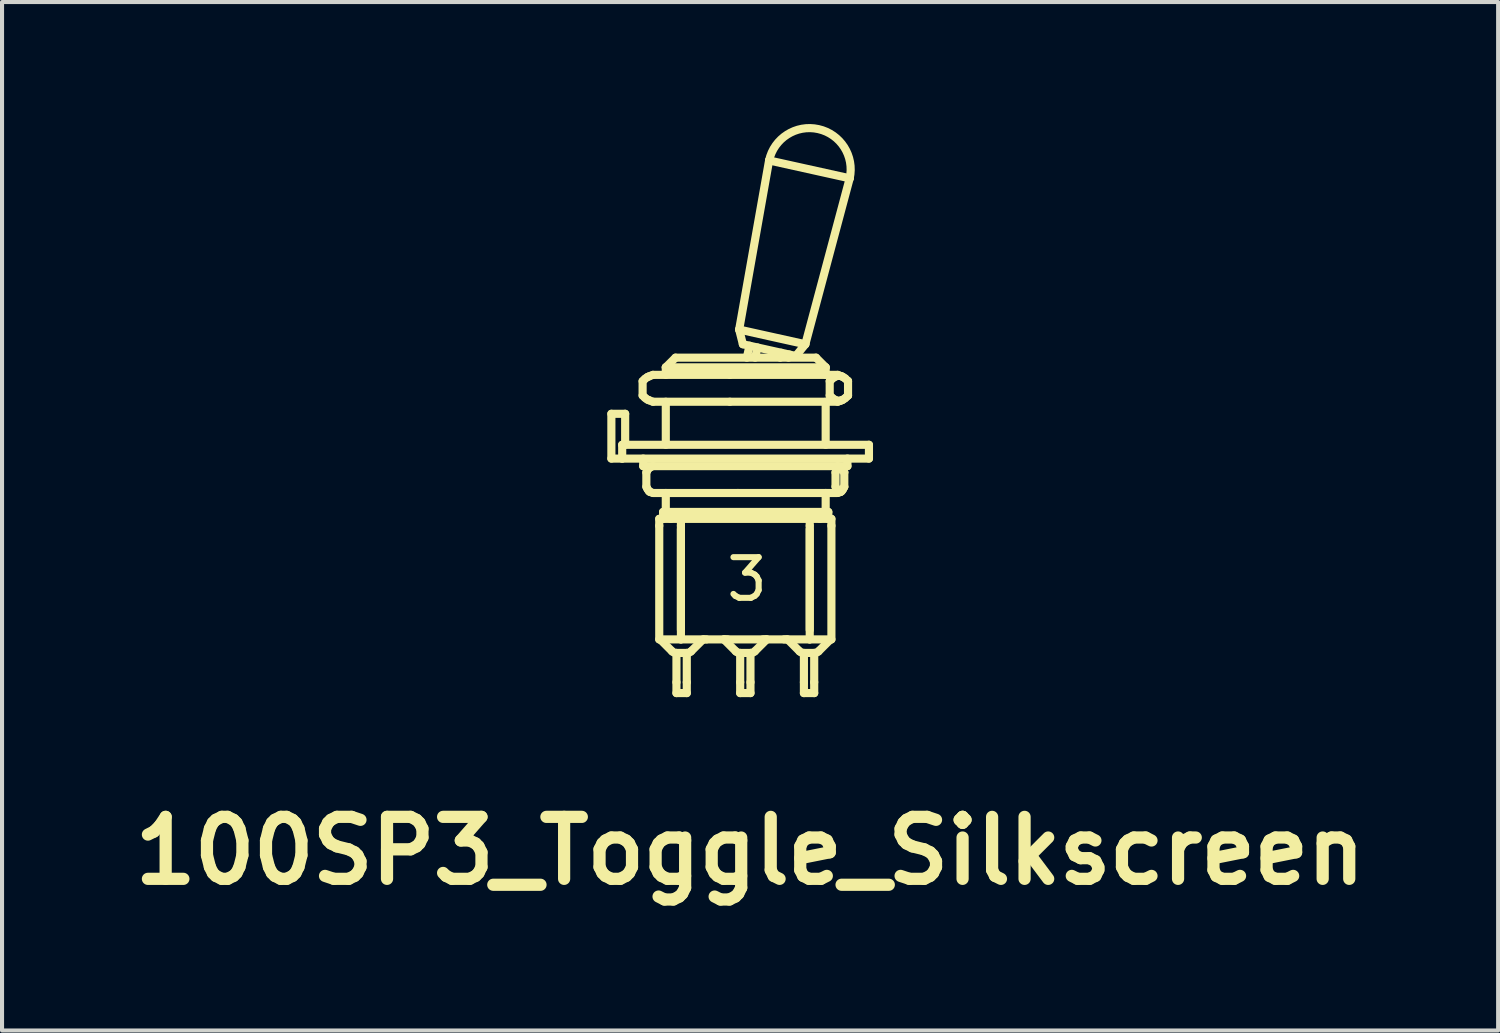
<source format=kicad_pcb>
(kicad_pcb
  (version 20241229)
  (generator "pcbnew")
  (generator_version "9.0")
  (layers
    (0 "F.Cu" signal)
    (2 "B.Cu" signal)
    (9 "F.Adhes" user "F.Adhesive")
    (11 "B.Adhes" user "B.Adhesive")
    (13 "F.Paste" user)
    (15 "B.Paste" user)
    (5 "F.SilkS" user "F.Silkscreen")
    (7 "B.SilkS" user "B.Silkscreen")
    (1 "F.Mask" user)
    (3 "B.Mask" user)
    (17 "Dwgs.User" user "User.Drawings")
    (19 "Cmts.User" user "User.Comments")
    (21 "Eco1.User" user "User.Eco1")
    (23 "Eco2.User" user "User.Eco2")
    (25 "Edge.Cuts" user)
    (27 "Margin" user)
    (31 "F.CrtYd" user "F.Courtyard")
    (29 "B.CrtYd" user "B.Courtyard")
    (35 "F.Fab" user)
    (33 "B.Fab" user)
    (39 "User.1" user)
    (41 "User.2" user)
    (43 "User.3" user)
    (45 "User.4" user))
  (footprint "100SP3_Toggle_Silkscreen"
    (layer "F.Cu")
    (at 15.792 8.394)
    (property "Reference" "100SP3_Toggle_Silkscreen" (at -0.4 9.475 0) (layer "F.SilkS") (effects (font (size 1.524 1.524) (thickness 0.3))))
    (attr through_hole)
    (fp_line (start -3.81 -1.27) (end -3.81 -0.169) (stroke (width 0.2) (type solid)) (layer "F.SilkS"))
    (fp_line (start -3.81 -1.27) (end -3.471 -1.27) (stroke (width 0.2) (type solid)) (layer "F.SilkS"))
    (fp_line (start -3.81 -0.169) (end -3.544 -0.169) (stroke (width 0.2) (type solid)) (layer "F.SilkS"))
    (fp_line (start -3.544 -0.508) (end -3.544 -0.169) (stroke (width 0.2) (type solid)) (layer "F.SilkS"))
    (fp_line (start -3.544 -0.508) (end 2.523 -0.508) (stroke (width 0.2) (type solid)) (layer "F.SilkS"))
    (fp_line (start -3.544 -0.169) (end 2.523 -0.169) (stroke (width 0.2) (type solid)) (layer "F.SilkS"))
    (fp_line (start -3.471 -1.27) (end -3.471 -0.508) (stroke (width 0.2) (type solid)) (layer "F.SilkS"))
    (fp_line (start -3.042 -2.073) (end -3.042 -1.72) (stroke (width 0.2) (type solid)) (layer "F.SilkS"))
    (fp_line (start -3.027 -0.169) (end -3.027 0.017) (stroke (width 0.2) (type solid)) (layer "F.SilkS"))
    (fp_line (start -3.027 0.017) (end 1.994 0.017) (stroke (width 0.2) (type solid)) (layer "F.SilkS"))
    (fp_line (start -2.95 0.171) (end -2.95 0.523) (stroke (width 0.2) (type solid)) (layer "F.SilkS"))
    (fp_line (start -2.882 -1.601) (end -2.787 -1.566) (stroke (width 0.2) (type solid)) (layer "F.SilkS"))
    (fp_line (start -2.857 0.652) (end -2.787 0.677) (stroke (width 0.2) (type solid)) (layer "F.SilkS"))
    (fp_line (start -2.787 -2.227) (end -2.882 -2.192) (stroke (width 0.2) (type solid)) (layer "F.SilkS"))
    (fp_line (start -2.787 0.017) (end -2.857 0.042) (stroke (width 0.2) (type solid)) (layer "F.SilkS"))
    (fp_line (start -2.633 1.483) (end -2.633 1.313) (stroke (width 0.2) (type solid)) (layer "F.SilkS"))
    (fp_line (start -2.633 4.277) (end -2.633 1.483) (stroke (width 0.2) (type solid)) (layer "F.SilkS"))
    (fp_line (start -2.633 4.277) (end -2.1 4.277) (stroke (width 0.2) (type solid)) (layer "F.SilkS"))
    (fp_line (start -2.538 1.143) (end 1.524 1.143) (stroke (width 0.2) (type solid)) (layer "F.SilkS"))
    (fp_line (start -2.538 1.313) (end -2.538 1.143) (stroke (width 0.2) (type solid)) (layer "F.SilkS"))
    (fp_line (start -2.472 -2.413) (end -2.472 -2.227) (stroke (width 0.2) (type solid)) (layer "F.SilkS"))
    (fp_line (start -2.472 -2.413) (end -2.233 -2.65) (stroke (width 0.2) (type solid)) (layer "F.SilkS"))
    (fp_line (start -2.472 -1.566) (end -2.472 -0.508) (stroke (width 0.2) (type solid)) (layer "F.SilkS"))
    (fp_line (start -2.472 0.677) (end -2.472 1.143) (stroke (width 0.2) (type solid)) (layer "F.SilkS"))
    (fp_line (start -2.352 1.313) (end -2.633 1.313) (stroke (width 0.2) (type solid)) (layer "F.SilkS"))
    (fp_line (start -2.352 1.313) (end 1.319 1.313) (stroke (width 0.2) (type solid)) (layer "F.SilkS"))
    (fp_line (start -2.316 4.571) (end -2.61 4.277) (stroke (width 0.2) (type solid)) (layer "F.SilkS"))
    (fp_line (start -2.221 4.61) (end -1.945 4.61) (stroke (width 0.2) (type solid)) (layer "F.SilkS"))
    (fp_line (start -2.21 5.33) (end -2.21 4.61) (stroke (width 0.2) (type solid)) (layer "F.SilkS"))
    (fp_line (start -2.21 5.597) (end -2.21 5.33) (stroke (width 0.2) (type solid)) (layer "F.SilkS"))
    (fp_line (start -2.21 5.597) (end -1.956 5.597) (stroke (width 0.2) (type solid)) (layer "F.SilkS"))
    (fp_line (start -2.1 1.313) (end -2.1 1.483) (stroke (width 0.2) (type solid)) (layer "F.SilkS"))
    (fp_line (start -2.1 1.483) (end -2.1 4.277) (stroke (width 0.2) (type solid)) (layer "F.SilkS"))
    (fp_line (start -2.1 4.043) (end -2.1 1.567) (stroke (width 0.2) (type solid)) (layer "F.SilkS"))
    (fp_line (start -2.1 4.277) (end -1.533 4.277) (stroke (width 0.2) (type solid)) (layer "F.SilkS"))
    (fp_line (start -1.956 4.61) (end -1.956 5.33) (stroke (width 0.2) (type solid)) (layer "F.SilkS"))
    (fp_line (start -1.956 5.33) (end -1.956 5.597) (stroke (width 0.2) (type solid)) (layer "F.SilkS"))
    (fp_line (start -1.556 4.277) (end -1.851 4.571) (stroke (width 0.2) (type solid)) (layer "F.SilkS"))
    (fp_line (start -1.533 4.277) (end -1.471 4.277) (stroke (width 0.2) (type solid)) (layer "F.SilkS"))
    (fp_line (start -1.471 4.277) (end -1.043 4.277) (stroke (width 0.2) (type solid)) (layer "F.SilkS"))
    (fp_line (start -1.001 4.277) (end -1.043 4.277) (stroke (width 0.2) (type solid)) (layer "F.SilkS"))
    (fp_line (start -1.001 4.277) (end -0.95 4.277) (stroke (width 0.2) (type solid)) (layer "F.SilkS"))
    (fp_line (start -0.95 4.277) (end -0.083 4.277) (stroke (width 0.2) (type solid)) (layer "F.SilkS"))
    (fp_line (start -0.897 -2.227) (end -2.787 -2.227) (stroke (width 0.2) (type solid)) (layer "F.SilkS"))
    (fp_line (start -0.897 -1.566) (end -2.787 -1.566) (stroke (width 0.2) (type solid)) (layer "F.SilkS"))
    (fp_line (start -0.749 4.571) (end -1.043 4.277) (stroke (width 0.2) (type solid)) (layer "F.SilkS"))
    (fp_line (start -0.699 0.677) (end -2.787 0.677) (stroke (width 0.2) (type solid)) (layer "F.SilkS"))
    (fp_line (start -0.668 -3.341) (end -0.577 -2.98) (stroke (width 0.2) (type solid)) (layer "F.SilkS"))
    (fp_line (start -0.668 -3.341) (end 0.959 -2.98) (stroke (width 0.2) (type solid)) (layer "F.SilkS"))
    (fp_line (start -0.655 4.61) (end -0.378 4.61) (stroke (width 0.2) (type solid)) (layer "F.SilkS"))
    (fp_line (start -0.643 5.33) (end -0.643 4.61) (stroke (width 0.2) (type solid)) (layer "F.SilkS"))
    (fp_line (start -0.643 5.597) (end -0.643 5.33) (stroke (width 0.2) (type solid)) (layer "F.SilkS"))
    (fp_line (start -0.643 5.597) (end -0.39 5.597) (stroke (width 0.2) (type solid)) (layer "F.SilkS"))
    (fp_line (start -0.577 -2.98) (end 0.725 -2.691) (stroke (width 0.2) (type solid)) (layer "F.SilkS"))
    (fp_line (start -0.414 -2.944) (end -0.48 -2.65) (stroke (width 0.2) (type solid)) (layer "F.SilkS"))
    (fp_line (start -0.39 4.61) (end -0.39 5.33) (stroke (width 0.2) (type solid)) (layer "F.SilkS"))
    (fp_line (start -0.39 5.33) (end -0.39 5.597) (stroke (width 0.2) (type solid)) (layer "F.SilkS"))
    (fp_line (start -0.219 -2.9) (end -0.275 -2.65) (stroke (width 0.2) (type solid)) (layer "F.SilkS"))
    (fp_line (start -0.032 4.277) (end -0.083 4.277) (stroke (width 0.2) (type solid)) (layer "F.SilkS"))
    (fp_line (start 0.01 4.277) (end -0.284 4.571) (stroke (width 0.2) (type solid)) (layer "F.SilkS"))
    (fp_line (start 0.01 4.277) (end -0.032 4.277) (stroke (width 0.2) (type solid)) (layer "F.SilkS"))
    (fp_line (start 0.01 4.277) (end 0.438 4.277) (stroke (width 0.2) (type solid)) (layer "F.SilkS"))
    (fp_line (start 0.068 -7.499) (end -0.668 -3.341) (stroke (width 0.2) (type solid)) (layer "F.SilkS"))
    (fp_line (start 0.34 -2.65) (end 0.367 -2.771) (stroke (width 0.2) (type solid)) (layer "F.SilkS"))
    (fp_line (start 0.5 4.277) (end 0.438 4.277) (stroke (width 0.2) (type solid)) (layer "F.SilkS"))
    (fp_line (start 0.5 4.277) (end 1.067 4.277) (stroke (width 0.2) (type solid)) (layer "F.SilkS"))
    (fp_line (start 0.545 -2.65) (end 0.562 -2.727) (stroke (width 0.2) (type solid)) (layer "F.SilkS"))
    (fp_line (start 0.725 -2.691) (end 0.959 -2.98) (stroke (width 0.2) (type solid)) (layer "F.SilkS"))
    (fp_line (start 0.818 4.571) (end 0.524 4.277) (stroke (width 0.2) (type solid)) (layer "F.SilkS"))
    (fp_line (start 0.912 4.61) (end 1.188 4.61) (stroke (width 0.2) (type solid)) (layer "F.SilkS"))
    (fp_line (start 0.924 5.33) (end 0.924 4.61) (stroke (width 0.2) (type solid)) (layer "F.SilkS"))
    (fp_line (start 0.924 5.597) (end 0.924 5.33) (stroke (width 0.2) (type solid)) (layer "F.SilkS"))
    (fp_line (start 0.924 5.597) (end 1.177 5.597) (stroke (width 0.2) (type solid)) (layer "F.SilkS"))
    (fp_line (start 0.959 -2.98) (end 2.05 -7.06) (stroke (width 0.2) (type solid)) (layer "F.SilkS"))
    (fp_line (start 1.067 1.483) (end 1.067 1.313) (stroke (width 0.2) (type solid)) (layer "F.SilkS"))
    (fp_line (start 1.067 4.043) (end 1.067 1.567) (stroke (width 0.2) (type solid)) (layer "F.SilkS"))
    (fp_line (start 1.067 4.277) (end 1.067 1.483) (stroke (width 0.2) (type solid)) (layer "F.SilkS"))
    (fp_line (start 1.067 4.277) (end 1.6 4.277) (stroke (width 0.2) (type solid)) (layer "F.SilkS"))
    (fp_line (start 1.177 4.61) (end 1.177 5.33) (stroke (width 0.2) (type solid)) (layer "F.SilkS"))
    (fp_line (start 1.177 5.33) (end 1.177 5.597) (stroke (width 0.2) (type solid)) (layer "F.SilkS"))
    (fp_line (start 1.222 -2.65) (end -2.233 -2.65) (stroke (width 0.2) (type solid)) (layer "F.SilkS"))
    (fp_line (start 1.459 -2.413) (end -2.472 -2.413) (stroke (width 0.2) (type solid)) (layer "F.SilkS"))
    (fp_line (start 1.459 -2.413) (end 1.222 -2.65) (stroke (width 0.2) (type solid)) (layer "F.SilkS"))
    (fp_line (start 1.459 -2.227) (end 1.459 -2.413) (stroke (width 0.2) (type solid)) (layer "F.SilkS"))
    (fp_line (start 1.459 -0.508) (end 1.459 -1.566) (stroke (width 0.2) (type solid)) (layer "F.SilkS"))
    (fp_line (start 1.459 1.143) (end 1.459 0.677) (stroke (width 0.2) (type solid)) (layer "F.SilkS"))
    (fp_line (start 1.524 1.313) (end 1.524 1.143) (stroke (width 0.2) (type solid)) (layer "F.SilkS"))
    (fp_line (start 1.558 -2.073) (end 1.558 -1.72) (stroke (width 0.2) (type solid)) (layer "F.SilkS"))
    (fp_line (start 1.577 4.277) (end 1.283 4.571) (stroke (width 0.2) (type solid)) (layer "F.SilkS"))
    (fp_line (start 1.6 1.313) (end 1.319 1.313) (stroke (width 0.2) (type solid)) (layer "F.SilkS"))
    (fp_line (start 1.6 1.483) (end 1.6 1.313) (stroke (width 0.2) (type solid)) (layer "F.SilkS"))
    (fp_line (start 1.6 4.277) (end 1.6 1.483) (stroke (width 0.2) (type solid)) (layer "F.SilkS"))
    (fp_line (start 1.701 0.171) (end 1.701 0.523) (stroke (width 0.2) (type solid)) (layer "F.SilkS"))
    (fp_line (start 1.754 -2.227) (end -0.897 -2.227) (stroke (width 0.2) (type solid)) (layer "F.SilkS"))
    (fp_line (start 1.754 -1.566) (end -0.897 -1.566) (stroke (width 0.2) (type solid)) (layer "F.SilkS"))
    (fp_line (start 1.754 -1.566) (end 1.85 -1.601) (stroke (width 0.2) (type solid)) (layer "F.SilkS"))
    (fp_line (start 1.754 0.677) (end -0.699 0.677) (stroke (width 0.2) (type solid)) (layer "F.SilkS"))
    (fp_line (start 1.754 0.677) (end 1.824 0.652) (stroke (width 0.2) (type solid)) (layer "F.SilkS"))
    (fp_line (start 1.824 0.042) (end 1.754 0.017) (stroke (width 0.2) (type solid)) (layer "F.SilkS"))
    (fp_line (start 1.85 -2.192) (end 1.754 -2.227) (stroke (width 0.2) (type solid)) (layer "F.SilkS"))
    (fp_line (start 1.917 0.171) (end 1.917 0.523) (stroke (width 0.2) (type solid)) (layer "F.SilkS"))
    (fp_line (start 1.994 0.017) (end 1.994 -0.169) (stroke (width 0.2) (type solid)) (layer "F.SilkS"))
    (fp_line (start 2.009 -2.073) (end 2.009 -1.72) (stroke (width 0.2) (type solid)) (layer "F.SilkS"))
    (fp_line (start 2.05 -7.06) (end 0.068 -7.499) (stroke (width 0.2) (type solid)) (layer "F.SilkS"))
    (fp_line (start 2.523 -0.169) (end 2.523 -0.508) (stroke (width 0.2) (type solid)) (layer "F.SilkS"))
    (fp_arc (start -2.221238 4.609933) (mid -2.272262 4.599784) (end -2.315519 4.570881) (stroke (width 0.2) (type solid)) (layer "F.SilkS"))
    (fp_arc (start -1.850748 4.570881) (mid -1.894004 4.599784) (end -1.945029 4.609934) (stroke (width 0.2) (type solid)) (layer "F.SilkS"))
    (fp_arc (start -0.654572 4.609933) (mid -0.705596 4.599784) (end -0.748853 4.570881) (stroke (width 0.2) (type solid)) (layer "F.SilkS"))
    (fp_arc (start -0.284081 4.570881) (mid -0.327337 4.599784) (end -0.378362 4.609934) (stroke (width 0.2) (type solid)) (layer "F.SilkS"))
    (fp_arc (start 0.067913 -7.498893) (mid 1.278539 -8.270147) (end 2.049793 -7.059521) (stroke (width 0.2) (type solid)) (layer "F.SilkS"))
    (fp_arc (start 0.912095 4.609933) (mid 0.861071 4.599784) (end 0.817814 4.570881) (stroke (width 0.2) (type solid)) (layer "F.SilkS"))
    (fp_arc (start 1.282586 4.570881) (mid 1.23933 4.599784) (end 1.188305 4.609934) (stroke (width 0.2) (type solid)) (layer "F.SilkS"))
    (fp_curve (pts (xy -3.042 -1.72) (xy -3.023 -1.701) (xy -3.004 -1.682) (xy -2.985 -1.665)) (stroke (width 0.2) (type solid)) (layer "F.SilkS"))
    (fp_curve (pts (xy -2.985 -2.128) (xy -3.004 -2.111) (xy -3.023 -2.092) (xy -3.042 -2.073)) (stroke (width 0.2) (type solid)) (layer "F.SilkS"))
    (fp_curve (pts (xy -2.985 -1.665) (xy -2.964 -1.646) (xy -2.942 -1.63) (xy -2.921 -1.619)) (stroke (width 0.2) (type solid)) (layer "F.SilkS"))
    (fp_curve (pts (xy -2.95 0.523) (xy -2.94 0.543) (xy -2.931 0.562) (xy -2.922 0.579)) (stroke (width 0.2) (type solid)) (layer "F.SilkS"))
    (fp_curve (pts (xy -2.922 0.115) (xy -2.931 0.132) (xy -2.94 0.151) (xy -2.95 0.171)) (stroke (width 0.2) (type solid)) (layer "F.SilkS"))
    (fp_curve (pts (xy -2.922 0.579) (xy -2.912 0.597) (xy -2.902 0.612) (xy -2.892 0.624)) (stroke (width 0.2) (type solid)) (layer "F.SilkS"))
    (fp_curve (pts (xy -2.921 -1.619) (xy -2.908 -1.613) (xy -2.895 -1.609) (xy -2.882 -1.604)) (stroke (width 0.2) (type solid)) (layer "F.SilkS"))
    (fp_curve (pts (xy -2.919 -2.175) (xy -2.941 -2.164) (xy -2.963 -2.148) (xy -2.985 -2.128)) (stroke (width 0.2) (type solid)) (layer "F.SilkS"))
    (fp_curve (pts (xy -2.892 0.624) (xy -2.882 0.637) (xy -2.871 0.648) (xy -2.861 0.65)) (stroke (width 0.2) (type solid)) (layer "F.SilkS"))
    (fp_curve (pts (xy -2.891 0.069) (xy -2.901 0.082) (xy -2.912 0.097) (xy -2.922 0.115)) (stroke (width 0.2) (type solid)) (layer "F.SilkS"))
    (fp_curve (pts (xy -2.882 -2.189) (xy -2.895 -2.185) (xy -2.907 -2.18) (xy -2.919 -2.175)) (stroke (width 0.2) (type solid)) (layer "F.SilkS"))
    (fp_curve (pts (xy -2.861 0.65) (xy -2.86 0.65) (xy -2.858 0.65) (xy -2.857 0.65)) (stroke (width 0.2) (type solid)) (layer "F.SilkS"))
    (fp_curve (pts (xy -2.859 0.044) (xy -2.87 0.045) (xy -2.88 0.056) (xy -2.891 0.069)) (stroke (width 0.2) (type solid)) (layer "F.SilkS"))
    (fp_curve (pts (xy -2.857 0.044) (xy -2.858 0.044) (xy -2.858 0.044) (xy -2.859 0.044)) (stroke (width 0.2) (type solid)) (layer "F.SilkS"))
    (fp_curve (pts (xy 1.558 -2.073) (xy 1.577 -2.092) (xy 1.596 -2.112) (xy 1.615 -2.128)) (stroke (width 0.2) (type solid)) (layer "F.SilkS"))
    (fp_curve (pts (xy 1.615 -2.128) (xy 1.636 -2.147) (xy 1.657 -2.162) (xy 1.678 -2.174)) (stroke (width 0.2) (type solid)) (layer "F.SilkS"))
    (fp_curve (pts (xy 1.615 -1.665) (xy 1.596 -1.681) (xy 1.577 -1.701) (xy 1.558 -1.72)) (stroke (width 0.2) (type solid)) (layer "F.SilkS"))
    (fp_curve (pts (xy 1.678 -2.174) (xy 1.7 -2.185) (xy 1.721 -2.194) (xy 1.742 -2.199)) (stroke (width 0.2) (type solid)) (layer "F.SilkS"))
    (fp_curve (pts (xy 1.68 -1.619) (xy 1.658 -1.63) (xy 1.636 -1.646) (xy 1.615 -1.665)) (stroke (width 0.2) (type solid)) (layer "F.SilkS"))
    (fp_curve (pts (xy 1.701 0.171) (xy 1.71 0.152) (xy 1.719 0.132) (xy 1.728 0.115)) (stroke (width 0.2) (type solid)) (layer "F.SilkS"))
    (fp_curve (pts (xy 1.728 0.115) (xy 1.738 0.097) (xy 1.748 0.082) (xy 1.758 0.07)) (stroke (width 0.2) (type solid)) (layer "F.SilkS"))
    (fp_curve (pts (xy 1.728 0.579) (xy 1.719 0.562) (xy 1.71 0.543) (xy 1.701 0.523)) (stroke (width 0.2) (type solid)) (layer "F.SilkS"))
    (fp_curve (pts (xy 1.742 -2.199) (xy 1.764 -2.204) (xy 1.785 -2.205) (xy 1.806 -2.203)) (stroke (width 0.2) (type solid)) (layer "F.SilkS"))
    (fp_curve (pts (xy 1.746 -1.593) (xy 1.724 -1.598) (xy 1.702 -1.607) (xy 1.68 -1.619)) (stroke (width 0.2) (type solid)) (layer "F.SilkS"))
    (fp_curve (pts (xy 1.758 0.07) (xy 1.769 0.058) (xy 1.779 0.05) (xy 1.789 0.045)) (stroke (width 0.2) (type solid)) (layer "F.SilkS"))
    (fp_curve (pts (xy 1.759 0.625) (xy 1.749 0.613) (xy 1.738 0.598) (xy 1.728 0.579)) (stroke (width 0.2) (type solid)) (layer "F.SilkS"))
    (fp_curve (pts (xy 1.789 0.045) (xy 1.799 0.04) (xy 1.809 0.038) (xy 1.82 0.041)) (stroke (width 0.2) (type solid)) (layer "F.SilkS"))
    (fp_curve (pts (xy 1.791 0.65) (xy 1.78 0.646) (xy 1.77 0.637) (xy 1.759 0.625)) (stroke (width 0.2) (type solid)) (layer "F.SilkS"))
    (fp_curve (pts (xy 1.806 -2.203) (xy 1.828 -2.2) (xy 1.85 -2.193) (xy 1.872 -2.182)) (stroke (width 0.2) (type solid)) (layer "F.SilkS"))
    (fp_curve (pts (xy 1.812 -1.591) (xy 1.79 -1.588) (xy 1.768 -1.589) (xy 1.746 -1.593)) (stroke (width 0.2) (type solid)) (layer "F.SilkS"))
    (fp_curve (pts (xy 1.82 0.041) (xy 1.83 0.044) (xy 1.841 0.051) (xy 1.851 0.062)) (stroke (width 0.2) (type solid)) (layer "F.SilkS"))
    (fp_curve (pts (xy 1.822 0.652) (xy 1.812 0.656) (xy 1.801 0.655) (xy 1.791 0.65)) (stroke (width 0.2) (type solid)) (layer "F.SilkS"))
    (fp_curve (pts (xy 1.851 0.062) (xy 1.862 0.072) (xy 1.872 0.087) (xy 1.883 0.104)) (stroke (width 0.2) (type solid)) (layer "F.SilkS"))
    (fp_curve (pts (xy 1.853 0.631) (xy 1.843 0.642) (xy 1.832 0.649) (xy 1.822 0.652)) (stroke (width 0.2) (type solid)) (layer "F.SilkS"))
    (fp_curve (pts (xy 1.872 -2.182) (xy 1.894 -2.171) (xy 1.916 -2.157) (xy 1.938 -2.14)) (stroke (width 0.2) (type solid)) (layer "F.SilkS"))
    (fp_curve (pts (xy 1.876 -1.613) (xy 1.854 -1.602) (xy 1.833 -1.595) (xy 1.812 -1.591)) (stroke (width 0.2) (type solid)) (layer "F.SilkS"))
    (fp_curve (pts (xy 1.883 0.104) (xy 1.893 0.121) (xy 1.903 0.142) (xy 1.914 0.165)) (stroke (width 0.2) (type solid)) (layer "F.SilkS"))
    (fp_curve (pts (xy 1.883 0.589) (xy 1.873 0.606) (xy 1.863 0.62) (xy 1.853 0.631)) (stroke (width 0.2) (type solid)) (layer "F.SilkS"))
    (fp_curve (pts (xy 1.914 0.165) (xy 1.915 0.167) (xy 1.916 0.169) (xy 1.917 0.171)) (stroke (width 0.2) (type solid)) (layer "F.SilkS"))
    (fp_curve (pts (xy 1.914 0.53) (xy 1.904 0.552) (xy 1.894 0.572) (xy 1.883 0.589)) (stroke (width 0.2) (type solid)) (layer "F.SilkS"))
    (fp_curve (pts (xy 1.917 0.523) (xy 1.916 0.525) (xy 1.915 0.527) (xy 1.914 0.53)) (stroke (width 0.2) (type solid)) (layer "F.SilkS"))
    (fp_curve (pts (xy 1.938 -2.14) (xy 1.959 -2.122) (xy 1.981 -2.102) (xy 2.003 -2.079)) (stroke (width 0.2) (type solid)) (layer "F.SilkS"))
    (fp_curve (pts (xy 1.939 -1.655) (xy 1.918 -1.638) (xy 1.897 -1.623) (xy 1.876 -1.613)) (stroke (width 0.2) (type solid)) (layer "F.SilkS"))
    (fp_curve (pts (xy 2.003 -2.079) (xy 2.005 -2.077) (xy 2.007 -2.075) (xy 2.009 -2.073)) (stroke (width 0.2) (type solid)) (layer "F.SilkS"))
    (fp_curve (pts (xy 2.003 -1.714) (xy 1.982 -1.692) (xy 1.961 -1.672) (xy 1.939 -1.655)) (stroke (width 0.2) (type solid)) (layer "F.SilkS"))
    (fp_curve (pts (xy 2.009 -1.72) (xy 2.007 -1.718) (xy 2.005 -1.716) (xy 2.003 -1.714)) (stroke (width 0.2) (type solid)) (layer "F.SilkS"))
    (fp_text user "3" (at -0.475 2.8 0) (layer "F.SilkS") (effects (font (size 1 1) (thickness 0.15)))))
  (gr_rect
    (start -3 -3)
    (end 33.785 22.287)
    (stroke (width 0.1) (type default))
    (fill no)
    (layer "Edge.Cuts")))
</source>
